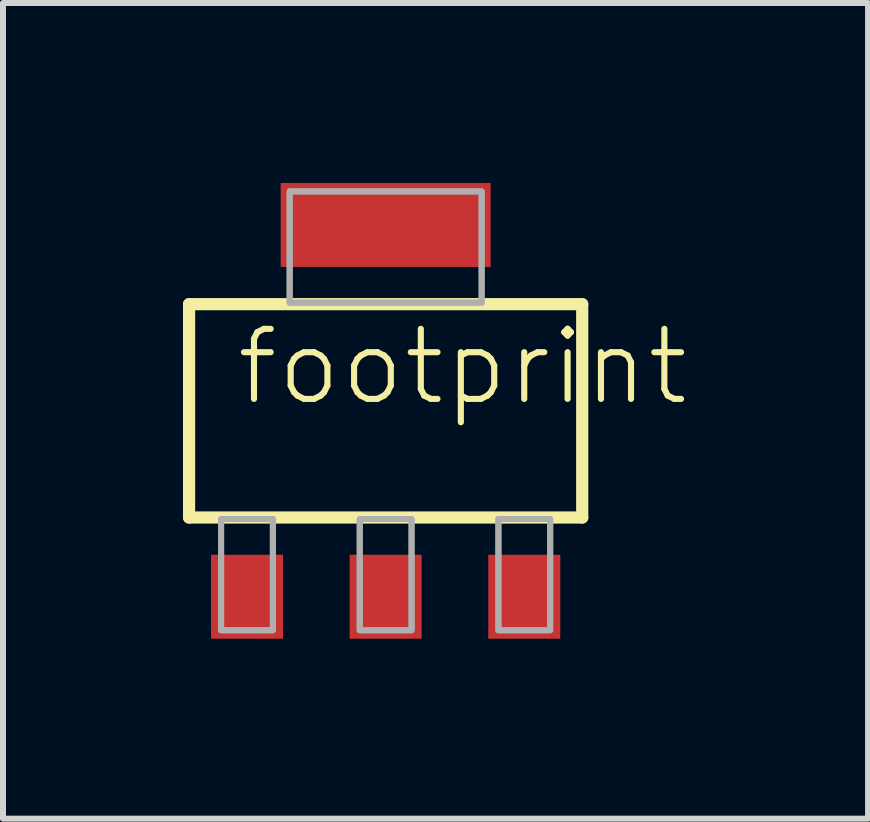
<source format=kicad_pcb>
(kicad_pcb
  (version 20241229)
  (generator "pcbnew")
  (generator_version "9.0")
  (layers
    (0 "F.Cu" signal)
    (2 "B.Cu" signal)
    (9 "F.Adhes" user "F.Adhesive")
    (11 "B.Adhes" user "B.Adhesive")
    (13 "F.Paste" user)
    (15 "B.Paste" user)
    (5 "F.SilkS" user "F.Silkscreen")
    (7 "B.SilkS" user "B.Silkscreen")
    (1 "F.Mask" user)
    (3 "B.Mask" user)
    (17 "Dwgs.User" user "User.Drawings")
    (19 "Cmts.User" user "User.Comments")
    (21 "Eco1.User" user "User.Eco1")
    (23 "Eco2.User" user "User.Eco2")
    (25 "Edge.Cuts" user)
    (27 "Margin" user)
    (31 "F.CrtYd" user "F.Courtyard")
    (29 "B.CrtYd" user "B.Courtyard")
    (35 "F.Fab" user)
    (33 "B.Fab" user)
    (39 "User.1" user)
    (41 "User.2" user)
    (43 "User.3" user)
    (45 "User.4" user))
  (footprint "footprint"
    (layer "F.Cu")
    (at 3.379 3.799)
    (property "Reference" "footprint" (at -2.54 -0.051 0) (layer "F.SilkS") (effects (font (size 1.168 1.168) (thickness 0.102)) (justify left bottom)))
    (fp_line (start -3.277 -1.778) (end 3.277 -1.778) (stroke (width 0.203) (type solid)) (layer "F.SilkS"))
    (fp_line (start -3.277 1.778) (end -3.277 -1.778) (stroke (width 0.203) (type solid)) (layer "F.SilkS"))
    (fp_line (start 3.277 -1.778) (end 3.277 1.778) (stroke (width 0.203) (type solid)) (layer "F.SilkS"))
    (fp_line (start 3.277 1.778) (end -3.277 1.778) (stroke (width 0.203) (type solid)) (layer "F.SilkS"))
    (fp_poly (pts (xy -2.743 3.658) (xy -1.88 3.658) (xy -1.88 1.803) (xy -2.743 1.803)) (stroke (width 0.1) (type solid)) (fill no) (layer "F.Fab"))
    (fp_poly (pts (xy -2.743 3.658) (xy -1.88 3.658) (xy -1.88 1.803) (xy -2.743 1.803)) (stroke (width 0.1) (type solid)) (fill no) (layer "F.Fab"))
    (fp_poly (pts (xy -1.6 -1.803) (xy 1.6 -1.803) (xy 1.6 -3.658) (xy -1.6 -3.658)) (stroke (width 0.1) (type solid)) (fill no) (layer "F.Fab"))
    (fp_poly (pts (xy -1.6 -1.803) (xy 1.6 -1.803) (xy 1.6 -3.658) (xy -1.6 -3.658)) (stroke (width 0.1) (type solid)) (fill no) (layer "F.Fab"))
    (fp_poly (pts (xy -0.432 3.658) (xy 0.432 3.658) (xy 0.432 1.803) (xy -0.432 1.803)) (stroke (width 0.1) (type solid)) (fill no) (layer "F.Fab"))
    (fp_poly (pts (xy -0.432 3.658) (xy 0.432 3.658) (xy 0.432 1.803) (xy -0.432 1.803)) (stroke (width 0.1) (type solid)) (fill no) (layer "F.Fab"))
    (fp_poly (pts (xy 1.88 3.658) (xy 2.743 3.658) (xy 2.743 1.803) (xy 1.88 1.803)) (stroke (width 0.1) (type solid)) (fill no) (layer "F.Fab"))
    (fp_poly (pts (xy 1.88 3.658) (xy 2.743 3.658) (xy 2.743 1.803) (xy 1.88 1.803)) (stroke (width 0.1) (type solid)) (fill no) (layer "F.Fab"))
    (pad "1" smd rect (at -2.311 3.099) (size 1.2 1.4) (layers "F.Cu" "F.Mask" "F.Paste"))
    (pad "2" smd rect (at 0 3.099) (size 1.2 1.4) (layers "F.Cu" "F.Mask" "F.Paste"))
    (pad "3" smd rect (at 2.311 3.099) (size 1.2 1.4) (layers "F.Cu" "F.Mask" "F.Paste"))
    (pad "4" smd rect (at 0 -3.099) (size 3.5 1.4) (layers "F.Cu" "F.Mask" "F.Paste")))
  (gr_rect
    (start -3 -3)
    (end 11.421 10.598)
    (stroke (width 0.1) (type default))
    (fill no)
    (layer "Edge.Cuts")))
</source>
